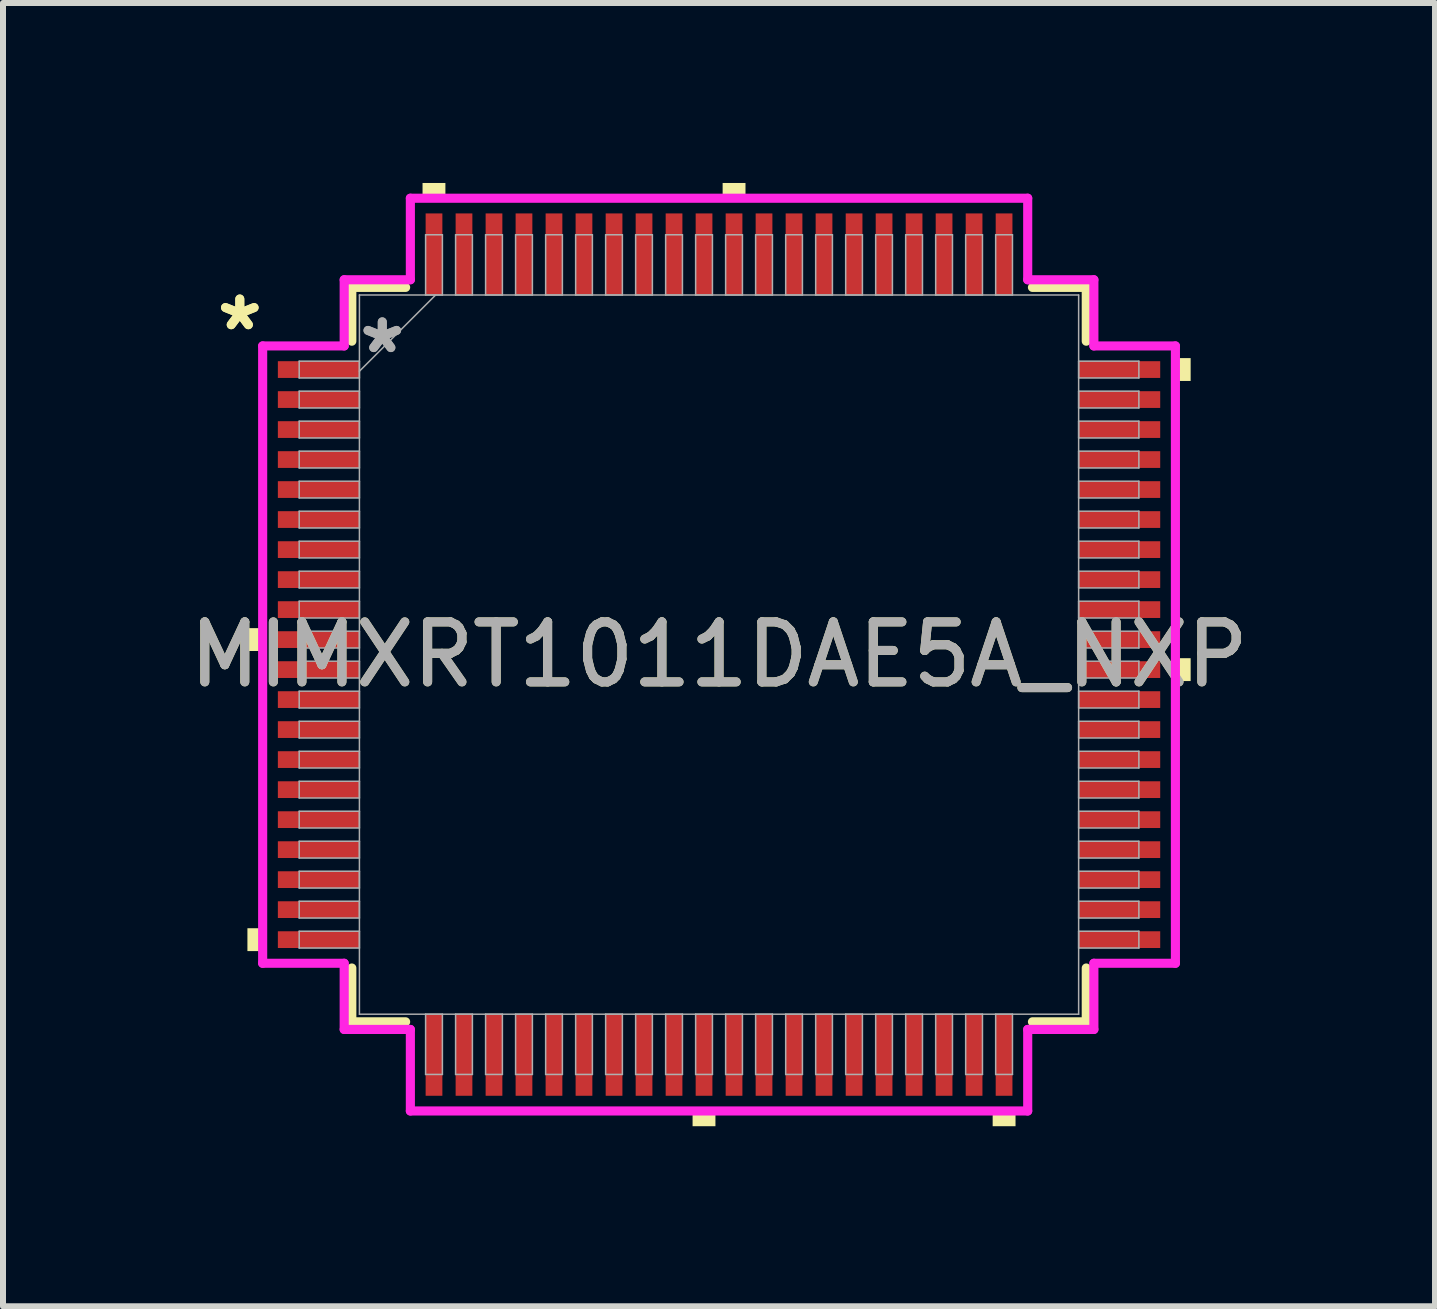
<source format=kicad_pcb>
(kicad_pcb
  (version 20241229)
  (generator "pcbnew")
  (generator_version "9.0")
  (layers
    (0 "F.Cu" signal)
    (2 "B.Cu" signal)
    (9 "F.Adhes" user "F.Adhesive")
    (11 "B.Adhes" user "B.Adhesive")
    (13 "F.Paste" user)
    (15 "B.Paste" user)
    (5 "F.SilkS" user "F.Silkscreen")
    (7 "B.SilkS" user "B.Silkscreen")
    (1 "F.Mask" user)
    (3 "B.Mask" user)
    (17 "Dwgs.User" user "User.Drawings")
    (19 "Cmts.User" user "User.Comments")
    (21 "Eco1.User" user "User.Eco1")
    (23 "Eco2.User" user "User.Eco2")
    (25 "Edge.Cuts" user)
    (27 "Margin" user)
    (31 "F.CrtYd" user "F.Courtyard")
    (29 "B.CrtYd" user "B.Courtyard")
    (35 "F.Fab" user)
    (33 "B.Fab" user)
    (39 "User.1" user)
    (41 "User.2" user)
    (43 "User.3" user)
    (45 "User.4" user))
  (footprint "MIMXRT1011DAE5A_NXP"
    (layer "F.Cu")
    (at 8.935 7.861)
    (property "Reference" "MIMXRT1011DAE5A_NXP" (at 0 0 0) (unlocked yes) (layer "F.SilkS") (effects (font (size 1 1) (thickness 0.15))))
    (attr smd)
    (fp_line (start -6.121 -6.121) (end -6.121 -5.224) (stroke (width 0.152) (type solid)) (layer "F.SilkS"))
    (fp_line (start -6.121 5.224) (end -6.121 6.121) (stroke (width 0.152) (type solid)) (layer "F.SilkS"))
    (fp_line (start -6.121 6.121) (end -5.224 6.121) (stroke (width 0.152) (type solid)) (layer "F.SilkS"))
    (fp_line (start -5.224 -6.121) (end -6.121 -6.121) (stroke (width 0.152) (type solid)) (layer "F.SilkS"))
    (fp_line (start 5.224 6.121) (end 6.121 6.121) (stroke (width 0.152) (type solid)) (layer "F.SilkS"))
    (fp_line (start 6.121 -6.121) (end 5.224 -6.121) (stroke (width 0.152) (type solid)) (layer "F.SilkS"))
    (fp_line (start 6.121 -5.224) (end 6.121 -6.121) (stroke (width 0.152) (type solid)) (layer "F.SilkS"))
    (fp_line (start 6.121 6.121) (end 6.121 5.224) (stroke (width 0.152) (type solid)) (layer "F.SilkS"))
    (fp_poly (pts (xy -7.861 -0.441) (xy -7.861 -0.06) (xy -7.607 -0.06) (xy -7.607 -0.441)) (stroke (width 0) (type solid)) (fill yes) (layer "F.SilkS"))
    (fp_poly (pts (xy -7.861 4.561) (xy -7.861 4.942) (xy -7.607 4.942) (xy -7.607 4.561)) (stroke (width 0) (type solid)) (fill yes) (layer "F.SilkS"))
    (fp_poly (pts (xy -4.942 -7.607) (xy -4.942 -7.861) (xy -4.561 -7.861) (xy -4.561 -7.607)) (stroke (width 0) (type solid)) (fill yes) (layer "F.SilkS"))
    (fp_poly (pts (xy -0.441 7.607) (xy -0.441 7.861) (xy -0.06 7.861) (xy -0.06 7.607)) (stroke (width 0) (type solid)) (fill yes) (layer "F.SilkS"))
    (fp_poly (pts (xy 0.06 -7.607) (xy 0.06 -7.861) (xy 0.441 -7.861) (xy 0.441 -7.607)) (stroke (width 0) (type solid)) (fill yes) (layer "F.SilkS"))
    (fp_poly (pts (xy 4.561 7.607) (xy 4.561 7.861) (xy 4.942 7.861) (xy 4.942 7.607)) (stroke (width 0) (type solid)) (fill yes) (layer "F.SilkS"))
    (fp_poly (pts (xy 7.861 -4.942) (xy 7.861 -4.561) (xy 7.607 -4.561) (xy 7.607 -4.942)) (stroke (width 0) (type solid)) (fill yes) (layer "F.SilkS"))
    (fp_poly (pts (xy 7.861 0.06) (xy 7.861 0.441) (xy 7.607 0.441) (xy 7.607 0.06)) (stroke (width 0) (type solid)) (fill yes) (layer "F.SilkS"))
    (fp_line (start -7.607 -5.145) (end -6.248 -5.145) (stroke (width 0.152) (type solid)) (layer "F.CrtYd"))
    (fp_line (start -7.607 5.145) (end -7.607 -5.145) (stroke (width 0.152) (type solid)) (layer "F.CrtYd"))
    (fp_line (start -6.248 -6.248) (end -5.145 -6.248) (stroke (width 0.152) (type solid)) (layer "F.CrtYd"))
    (fp_line (start -6.248 -5.145) (end -6.248 -6.248) (stroke (width 0.152) (type solid)) (layer "F.CrtYd"))
    (fp_line (start -6.248 5.145) (end -7.607 5.145) (stroke (width 0.152) (type solid)) (layer "F.CrtYd"))
    (fp_line (start -6.248 6.248) (end -6.248 5.145) (stroke (width 0.152) (type solid)) (layer "F.CrtYd"))
    (fp_line (start -6.248 6.248) (end -5.145 6.248) (stroke (width 0.152) (type solid)) (layer "F.CrtYd"))
    (fp_line (start -5.145 -7.607) (end 5.145 -7.607) (stroke (width 0.152) (type solid)) (layer "F.CrtYd"))
    (fp_line (start -5.145 -6.248) (end -5.145 -7.607) (stroke (width 0.152) (type solid)) (layer "F.CrtYd"))
    (fp_line (start -5.145 6.248) (end -5.145 7.607) (stroke (width 0.152) (type solid)) (layer "F.CrtYd"))
    (fp_line (start -5.145 7.607) (end 5.145 7.607) (stroke (width 0.152) (type solid)) (layer "F.CrtYd"))
    (fp_line (start 5.145 -7.607) (end 5.145 -6.248) (stroke (width 0.152) (type solid)) (layer "F.CrtYd"))
    (fp_line (start 5.145 -6.248) (end 6.248 -6.248) (stroke (width 0.152) (type solid)) (layer "F.CrtYd"))
    (fp_line (start 5.145 6.248) (end 6.248 6.248) (stroke (width 0.152) (type solid)) (layer "F.CrtYd"))
    (fp_line (start 5.145 7.607) (end 5.145 6.248) (stroke (width 0.152) (type solid)) (layer "F.CrtYd"))
    (fp_line (start 6.248 -5.145) (end 6.248 -6.248) (stroke (width 0.152) (type solid)) (layer "F.CrtYd"))
    (fp_line (start 6.248 5.145) (end 7.607 5.145) (stroke (width 0.152) (type solid)) (layer "F.CrtYd"))
    (fp_line (start 6.248 6.248) (end 6.248 5.145) (stroke (width 0.152) (type solid)) (layer "F.CrtYd"))
    (fp_line (start 7.607 -5.145) (end 6.248 -5.145) (stroke (width 0.152) (type solid)) (layer "F.CrtYd"))
    (fp_line (start 7.607 5.145) (end 7.607 -5.145) (stroke (width 0.152) (type solid)) (layer "F.CrtYd"))
    (fp_line (start -6.998 -4.891) (end -6.998 -4.611) (stroke (width 0.025) (type solid)) (layer "F.Fab"))
    (fp_line (start -6.998 -4.611) (end -5.994 -4.611) (stroke (width 0.025) (type solid)) (layer "F.Fab"))
    (fp_line (start -6.998 -4.391) (end -6.998 -4.111) (stroke (width 0.025) (type solid)) (layer "F.Fab"))
    (fp_line (start -6.998 -4.111) (end -5.994 -4.111) (stroke (width 0.025) (type solid)) (layer "F.Fab"))
    (fp_line (start -6.998 -3.891) (end -6.998 -3.611) (stroke (width 0.025) (type solid)) (layer "F.Fab"))
    (fp_line (start -6.998 -3.611) (end -5.994 -3.611) (stroke (width 0.025) (type solid)) (layer "F.Fab"))
    (fp_line (start -6.998 -3.391) (end -6.998 -3.111) (stroke (width 0.025) (type solid)) (layer "F.Fab"))
    (fp_line (start -6.998 -3.111) (end -5.994 -3.111) (stroke (width 0.025) (type solid)) (layer "F.Fab"))
    (fp_line (start -6.998 -2.89) (end -6.998 -2.611) (stroke (width 0.025) (type solid)) (layer "F.Fab"))
    (fp_line (start -6.998 -2.611) (end -5.994 -2.611) (stroke (width 0.025) (type solid)) (layer "F.Fab"))
    (fp_line (start -6.998 -2.39) (end -6.998 -2.111) (stroke (width 0.025) (type solid)) (layer "F.Fab"))
    (fp_line (start -6.998 -2.111) (end -5.994 -2.111) (stroke (width 0.025) (type solid)) (layer "F.Fab"))
    (fp_line (start -6.998 -1.89) (end -6.998 -1.611) (stroke (width 0.025) (type solid)) (layer "F.Fab"))
    (fp_line (start -6.998 -1.611) (end -5.994 -1.611) (stroke (width 0.025) (type solid)) (layer "F.Fab"))
    (fp_line (start -6.998 -1.39) (end -6.998 -1.111) (stroke (width 0.025) (type solid)) (layer "F.Fab"))
    (fp_line (start -6.998 -1.111) (end -5.994 -1.111) (stroke (width 0.025) (type solid)) (layer "F.Fab"))
    (fp_line (start -6.998 -0.89) (end -6.998 -0.61) (stroke (width 0.025) (type solid)) (layer "F.Fab"))
    (fp_line (start -6.998 -0.61) (end -5.994 -0.61) (stroke (width 0.025) (type solid)) (layer "F.Fab"))
    (fp_line (start -6.998 -0.39) (end -6.998 -0.11) (stroke (width 0.025) (type solid)) (layer "F.Fab"))
    (fp_line (start -6.998 -0.11) (end -5.994 -0.11) (stroke (width 0.025) (type solid)) (layer "F.Fab"))
    (fp_line (start -6.998 0.11) (end -6.998 0.39) (stroke (width 0.025) (type solid)) (layer "F.Fab"))
    (fp_line (start -6.998 0.39) (end -5.994 0.39) (stroke (width 0.025) (type solid)) (layer "F.Fab"))
    (fp_line (start -6.998 0.61) (end -6.998 0.89) (stroke (width 0.025) (type solid)) (layer "F.Fab"))
    (fp_line (start -6.998 0.89) (end -5.994 0.89) (stroke (width 0.025) (type solid)) (layer "F.Fab"))
    (fp_line (start -6.998 1.111) (end -6.998 1.39) (stroke (width 0.025) (type solid)) (layer "F.Fab"))
    (fp_line (start -6.998 1.39) (end -5.994 1.39) (stroke (width 0.025) (type solid)) (layer "F.Fab"))
    (fp_line (start -6.998 1.611) (end -6.998 1.89) (stroke (width 0.025) (type solid)) (layer "F.Fab"))
    (fp_line (start -6.998 1.89) (end -5.994 1.89) (stroke (width 0.025) (type solid)) (layer "F.Fab"))
    (fp_line (start -6.998 2.111) (end -6.998 2.39) (stroke (width 0.025) (type solid)) (layer "F.Fab"))
    (fp_line (start -6.998 2.39) (end -5.994 2.39) (stroke (width 0.025) (type solid)) (layer "F.Fab"))
    (fp_line (start -6.998 2.611) (end -6.998 2.89) (stroke (width 0.025) (type solid)) (layer "F.Fab"))
    (fp_line (start -6.998 2.89) (end -5.994 2.89) (stroke (width 0.025) (type solid)) (layer "F.Fab"))
    (fp_line (start -6.998 3.111) (end -6.998 3.391) (stroke (width 0.025) (type solid)) (layer "F.Fab"))
    (fp_line (start -6.998 3.391) (end -5.994 3.391) (stroke (width 0.025) (type solid)) (layer "F.Fab"))
    (fp_line (start -6.998 3.611) (end -6.998 3.891) (stroke (width 0.025) (type solid)) (layer "F.Fab"))
    (fp_line (start -6.998 3.891) (end -5.994 3.891) (stroke (width 0.025) (type solid)) (layer "F.Fab"))
    (fp_line (start -6.998 4.111) (end -6.998 4.391) (stroke (width 0.025) (type solid)) (layer "F.Fab"))
    (fp_line (start -6.998 4.391) (end -5.994 4.391) (stroke (width 0.025) (type solid)) (layer "F.Fab"))
    (fp_line (start -6.998 4.611) (end -6.998 4.891) (stroke (width 0.025) (type solid)) (layer "F.Fab"))
    (fp_line (start -6.998 4.891) (end -5.994 4.891) (stroke (width 0.025) (type solid)) (layer "F.Fab"))
    (fp_line (start -5.994 -5.994) (end -5.994 5.994) (stroke (width 0.025) (type solid)) (layer "F.Fab"))
    (fp_line (start -5.994 -4.891) (end -6.998 -4.891) (stroke (width 0.025) (type solid)) (layer "F.Fab"))
    (fp_line (start -5.994 -4.724) (end -4.724 -5.994) (stroke (width 0.025) (type solid)) (layer "F.Fab"))
    (fp_line (start -5.994 -4.611) (end -5.994 -4.891) (stroke (width 0.025) (type solid)) (layer "F.Fab"))
    (fp_line (start -5.994 -4.391) (end -6.998 -4.391) (stroke (width 0.025) (type solid)) (layer "F.Fab"))
    (fp_line (start -5.994 -4.111) (end -5.994 -4.391) (stroke (width 0.025) (type solid)) (layer "F.Fab"))
    (fp_line (start -5.994 -3.891) (end -6.998 -3.891) (stroke (width 0.025) (type solid)) (layer "F.Fab"))
    (fp_line (start -5.994 -3.611) (end -5.994 -3.891) (stroke (width 0.025) (type solid)) (layer "F.Fab"))
    (fp_line (start -5.994 -3.391) (end -6.998 -3.391) (stroke (width 0.025) (type solid)) (layer "F.Fab"))
    (fp_line (start -5.994 -3.111) (end -5.994 -3.391) (stroke (width 0.025) (type solid)) (layer "F.Fab"))
    (fp_line (start -5.994 -2.89) (end -6.998 -2.89) (stroke (width 0.025) (type solid)) (layer "F.Fab"))
    (fp_line (start -5.994 -2.611) (end -5.994 -2.89) (stroke (width 0.025) (type solid)) (layer "F.Fab"))
    (fp_line (start -5.994 -2.39) (end -6.998 -2.39) (stroke (width 0.025) (type solid)) (layer "F.Fab"))
    (fp_line (start -5.994 -2.111) (end -5.994 -2.39) (stroke (width 0.025) (type solid)) (layer "F.Fab"))
    (fp_line (start -5.994 -1.89) (end -6.998 -1.89) (stroke (width 0.025) (type solid)) (layer "F.Fab"))
    (fp_line (start -5.994 -1.611) (end -5.994 -1.89) (stroke (width 0.025) (type solid)) (layer "F.Fab"))
    (fp_line (start -5.994 -1.39) (end -6.998 -1.39) (stroke (width 0.025) (type solid)) (layer "F.Fab"))
    (fp_line (start -5.994 -1.111) (end -5.994 -1.39) (stroke (width 0.025) (type solid)) (layer "F.Fab"))
    (fp_line (start -5.994 -0.89) (end -6.998 -0.89) (stroke (width 0.025) (type solid)) (layer "F.Fab"))
    (fp_line (start -5.994 -0.61) (end -5.994 -0.89) (stroke (width 0.025) (type solid)) (layer "F.Fab"))
    (fp_line (start -5.994 -0.39) (end -6.998 -0.39) (stroke (width 0.025) (type solid)) (layer "F.Fab"))
    (fp_line (start -5.994 -0.11) (end -5.994 -0.39) (stroke (width 0.025) (type solid)) (layer "F.Fab"))
    (fp_line (start -5.994 0.11) (end -6.998 0.11) (stroke (width 0.025) (type solid)) (layer "F.Fab"))
    (fp_line (start -5.994 0.39) (end -5.994 0.11) (stroke (width 0.025) (type solid)) (layer "F.Fab"))
    (fp_line (start -5.994 0.61) (end -6.998 0.61) (stroke (width 0.025) (type solid)) (layer "F.Fab"))
    (fp_line (start -5.994 0.89) (end -5.994 0.61) (stroke (width 0.025) (type solid)) (layer "F.Fab"))
    (fp_line (start -5.994 1.111) (end -6.998 1.111) (stroke (width 0.025) (type solid)) (layer "F.Fab"))
    (fp_line (start -5.994 1.39) (end -5.994 1.111) (stroke (width 0.025) (type solid)) (layer "F.Fab"))
    (fp_line (start -5.994 1.611) (end -6.998 1.611) (stroke (width 0.025) (type solid)) (layer "F.Fab"))
    (fp_line (start -5.994 1.89) (end -5.994 1.611) (stroke (width 0.025) (type solid)) (layer "F.Fab"))
    (fp_line (start -5.994 2.111) (end -6.998 2.111) (stroke (width 0.025) (type solid)) (layer "F.Fab"))
    (fp_line (start -5.994 2.39) (end -5.994 2.111) (stroke (width 0.025) (type solid)) (layer "F.Fab"))
    (fp_line (start -5.994 2.611) (end -6.998 2.611) (stroke (width 0.025) (type solid)) (layer "F.Fab"))
    (fp_line (start -5.994 2.89) (end -5.994 2.611) (stroke (width 0.025) (type solid)) (layer "F.Fab"))
    (fp_line (start -5.994 3.111) (end -6.998 3.111) (stroke (width 0.025) (type solid)) (layer "F.Fab"))
    (fp_line (start -5.994 3.391) (end -5.994 3.111) (stroke (width 0.025) (type solid)) (layer "F.Fab"))
    (fp_line (start -5.994 3.611) (end -6.998 3.611) (stroke (width 0.025) (type solid)) (layer "F.Fab"))
    (fp_line (start -5.994 3.891) (end -5.994 3.611) (stroke (width 0.025) (type solid)) (layer "F.Fab"))
    (fp_line (start -5.994 4.111) (end -6.998 4.111) (stroke (width 0.025) (type solid)) (layer "F.Fab"))
    (fp_line (start -5.994 4.391) (end -5.994 4.111) (stroke (width 0.025) (type solid)) (layer "F.Fab"))
    (fp_line (start -5.994 4.611) (end -6.998 4.611) (stroke (width 0.025) (type solid)) (layer "F.Fab"))
    (fp_line (start -5.994 4.891) (end -5.994 4.611) (stroke (width 0.025) (type solid)) (layer "F.Fab"))
    (fp_line (start -5.994 5.994) (end 5.994 5.994) (stroke (width 0.025) (type solid)) (layer "F.Fab"))
    (fp_line (start -4.891 -6.998) (end -4.891 -5.994) (stroke (width 0.025) (type solid)) (layer "F.Fab"))
    (fp_line (start -4.891 -5.994) (end -4.611 -5.994) (stroke (width 0.025) (type solid)) (layer "F.Fab"))
    (fp_line (start -4.891 5.994) (end -4.891 6.998) (stroke (width 0.025) (type solid)) (layer "F.Fab"))
    (fp_line (start -4.891 6.998) (end -4.611 6.998) (stroke (width 0.025) (type solid)) (layer "F.Fab"))
    (fp_line (start -4.611 -6.998) (end -4.891 -6.998) (stroke (width 0.025) (type solid)) (layer "F.Fab"))
    (fp_line (start -4.611 -5.994) (end -4.611 -6.998) (stroke (width 0.025) (type solid)) (layer "F.Fab"))
    (fp_line (start -4.611 5.994) (end -4.891 5.994) (stroke (width 0.025) (type solid)) (layer "F.Fab"))
    (fp_line (start -4.611 6.998) (end -4.611 5.994) (stroke (width 0.025) (type solid)) (layer "F.Fab"))
    (fp_line (start -4.391 -6.998) (end -4.391 -5.994) (stroke (width 0.025) (type solid)) (layer "F.Fab"))
    (fp_line (start -4.391 -5.994) (end -4.111 -5.994) (stroke (width 0.025) (type solid)) (layer "F.Fab"))
    (fp_line (start -4.391 5.994) (end -4.391 6.998) (stroke (width 0.025) (type solid)) (layer "F.Fab"))
    (fp_line (start -4.391 6.998) (end -4.111 6.998) (stroke (width 0.025) (type solid)) (layer "F.Fab"))
    (fp_line (start -4.111 -6.998) (end -4.391 -6.998) (stroke (width 0.025) (type solid)) (layer "F.Fab"))
    (fp_line (start -4.111 -5.994) (end -4.111 -6.998) (stroke (width 0.025) (type solid)) (layer "F.Fab"))
    (fp_line (start -4.111 5.994) (end -4.391 5.994) (stroke (width 0.025) (type solid)) (layer "F.Fab"))
    (fp_line (start -4.111 6.998) (end -4.111 5.994) (stroke (width 0.025) (type solid)) (layer "F.Fab"))
    (fp_line (start -3.891 -6.998) (end -3.891 -5.994) (stroke (width 0.025) (type solid)) (layer "F.Fab"))
    (fp_line (start -3.891 -5.994) (end -3.611 -5.994) (stroke (width 0.025) (type solid)) (layer "F.Fab"))
    (fp_line (start -3.891 5.994) (end -3.891 6.998) (stroke (width 0.025) (type solid)) (layer "F.Fab"))
    (fp_line (start -3.891 6.998) (end -3.611 6.998) (stroke (width 0.025) (type solid)) (layer "F.Fab"))
    (fp_line (start -3.611 -6.998) (end -3.891 -6.998) (stroke (width 0.025) (type solid)) (layer "F.Fab"))
    (fp_line (start -3.611 -5.994) (end -3.611 -6.998) (stroke (width 0.025) (type solid)) (layer "F.Fab"))
    (fp_line (start -3.611 5.994) (end -3.891 5.994) (stroke (width 0.025) (type solid)) (layer "F.Fab"))
    (fp_line (start -3.611 6.998) (end -3.611 5.994) (stroke (width 0.025) (type solid)) (layer "F.Fab"))
    (fp_line (start -3.391 -6.998) (end -3.391 -5.994) (stroke (width 0.025) (type solid)) (layer "F.Fab"))
    (fp_line (start -3.391 -5.994) (end -3.111 -5.994) (stroke (width 0.025) (type solid)) (layer "F.Fab"))
    (fp_line (start -3.391 5.994) (end -3.391 6.998) (stroke (width 0.025) (type solid)) (layer "F.Fab"))
    (fp_line (start -3.391 6.998) (end -3.111 6.998) (stroke (width 0.025) (type solid)) (layer "F.Fab"))
    (fp_line (start -3.111 -6.998) (end -3.391 -6.998) (stroke (width 0.025) (type solid)) (layer "F.Fab"))
    (fp_line (start -3.111 -5.994) (end -3.111 -6.998) (stroke (width 0.025) (type solid)) (layer "F.Fab"))
    (fp_line (start -3.111 5.994) (end -3.391 5.994) (stroke (width 0.025) (type solid)) (layer "F.Fab"))
    (fp_line (start -3.111 6.998) (end -3.111 5.994) (stroke (width 0.025) (type solid)) (layer "F.Fab"))
    (fp_line (start -2.89 -6.998) (end -2.89 -5.994) (stroke (width 0.025) (type solid)) (layer "F.Fab"))
    (fp_line (start -2.89 -5.994) (end -2.611 -5.994) (stroke (width 0.025) (type solid)) (layer "F.Fab"))
    (fp_line (start -2.89 5.994) (end -2.89 6.998) (stroke (width 0.025) (type solid)) (layer "F.Fab"))
    (fp_line (start -2.89 6.998) (end -2.611 6.998) (stroke (width 0.025) (type solid)) (layer "F.Fab"))
    (fp_line (start -2.611 -6.998) (end -2.89 -6.998) (stroke (width 0.025) (type solid)) (layer "F.Fab"))
    (fp_line (start -2.611 -5.994) (end -2.611 -6.998) (stroke (width 0.025) (type solid)) (layer "F.Fab"))
    (fp_line (start -2.611 5.994) (end -2.89 5.994) (stroke (width 0.025) (type solid)) (layer "F.Fab"))
    (fp_line (start -2.611 6.998) (end -2.611 5.994) (stroke (width 0.025) (type solid)) (layer "F.Fab"))
    (fp_line (start -2.39 -6.998) (end -2.39 -5.994) (stroke (width 0.025) (type solid)) (layer "F.Fab"))
    (fp_line (start -2.39 -5.994) (end -2.111 -5.994) (stroke (width 0.025) (type solid)) (layer "F.Fab"))
    (fp_line (start -2.39 5.994) (end -2.39 6.998) (stroke (width 0.025) (type solid)) (layer "F.Fab"))
    (fp_line (start -2.39 6.998) (end -2.111 6.998) (stroke (width 0.025) (type solid)) (layer "F.Fab"))
    (fp_line (start -2.111 -6.998) (end -2.39 -6.998) (stroke (width 0.025) (type solid)) (layer "F.Fab"))
    (fp_line (start -2.111 -5.994) (end -2.111 -6.998) (stroke (width 0.025) (type solid)) (layer "F.Fab"))
    (fp_line (start -2.111 5.994) (end -2.39 5.994) (stroke (width 0.025) (type solid)) (layer "F.Fab"))
    (fp_line (start -2.111 6.998) (end -2.111 5.994) (stroke (width 0.025) (type solid)) (layer "F.Fab"))
    (fp_line (start -1.89 -6.998) (end -1.89 -5.994) (stroke (width 0.025) (type solid)) (layer "F.Fab"))
    (fp_line (start -1.89 -5.994) (end -1.611 -5.994) (stroke (width 0.025) (type solid)) (layer "F.Fab"))
    (fp_line (start -1.89 5.994) (end -1.89 6.998) (stroke (width 0.025) (type solid)) (layer "F.Fab"))
    (fp_line (start -1.89 6.998) (end -1.611 6.998) (stroke (width 0.025) (type solid)) (layer "F.Fab"))
    (fp_line (start -1.611 -6.998) (end -1.89 -6.998) (stroke (width 0.025) (type solid)) (layer "F.Fab"))
    (fp_line (start -1.611 -5.994) (end -1.611 -6.998) (stroke (width 0.025) (type solid)) (layer "F.Fab"))
    (fp_line (start -1.611 5.994) (end -1.89 5.994) (stroke (width 0.025) (type solid)) (layer "F.Fab"))
    (fp_line (start -1.611 6.998) (end -1.611 5.994) (stroke (width 0.025) (type solid)) (layer "F.Fab"))
    (fp_line (start -1.39 -6.998) (end -1.39 -5.994) (stroke (width 0.025) (type solid)) (layer "F.Fab"))
    (fp_line (start -1.39 -5.994) (end -1.111 -5.994) (stroke (width 0.025) (type solid)) (layer "F.Fab"))
    (fp_line (start -1.39 5.994) (end -1.39 6.998) (stroke (width 0.025) (type solid)) (layer "F.Fab"))
    (fp_line (start -1.39 6.998) (end -1.111 6.998) (stroke (width 0.025) (type solid)) (layer "F.Fab"))
    (fp_line (start -1.111 -6.998) (end -1.39 -6.998) (stroke (width 0.025) (type solid)) (layer "F.Fab"))
    (fp_line (start -1.111 -5.994) (end -1.111 -6.998) (stroke (width 0.025) (type solid)) (layer "F.Fab"))
    (fp_line (start -1.111 5.994) (end -1.39 5.994) (stroke (width 0.025) (type solid)) (layer "F.Fab"))
    (fp_line (start -1.111 6.998) (end -1.111 5.994) (stroke (width 0.025) (type solid)) (layer "F.Fab"))
    (fp_line (start -0.89 -6.998) (end -0.89 -5.994) (stroke (width 0.025) (type solid)) (layer "F.Fab"))
    (fp_line (start -0.89 -5.994) (end -0.61 -5.994) (stroke (width 0.025) (type solid)) (layer "F.Fab"))
    (fp_line (start -0.89 5.994) (end -0.89 6.998) (stroke (width 0.025) (type solid)) (layer "F.Fab"))
    (fp_line (start -0.89 6.998) (end -0.61 6.998) (stroke (width 0.025) (type solid)) (layer "F.Fab"))
    (fp_line (start -0.61 -6.998) (end -0.89 -6.998) (stroke (width 0.025) (type solid)) (layer "F.Fab"))
    (fp_line (start -0.61 -5.994) (end -0.61 -6.998) (stroke (width 0.025) (type solid)) (layer "F.Fab"))
    (fp_line (start -0.61 5.994) (end -0.89 5.994) (stroke (width 0.025) (type solid)) (layer "F.Fab"))
    (fp_line (start -0.61 6.998) (end -0.61 5.994) (stroke (width 0.025) (type solid)) (layer "F.Fab"))
    (fp_line (start -0.39 -6.998) (end -0.39 -5.994) (stroke (width 0.025) (type solid)) (layer "F.Fab"))
    (fp_line (start -0.39 -5.994) (end -0.11 -5.994) (stroke (width 0.025) (type solid)) (layer "F.Fab"))
    (fp_line (start -0.39 5.994) (end -0.39 6.998) (stroke (width 0.025) (type solid)) (layer "F.Fab"))
    (fp_line (start -0.39 6.998) (end -0.11 6.998) (stroke (width 0.025) (type solid)) (layer "F.Fab"))
    (fp_line (start -0.11 -6.998) (end -0.39 -6.998) (stroke (width 0.025) (type solid)) (layer "F.Fab"))
    (fp_line (start -0.11 -5.994) (end -0.11 -6.998) (stroke (width 0.025) (type solid)) (layer "F.Fab"))
    (fp_line (start -0.11 5.994) (end -0.39 5.994) (stroke (width 0.025) (type solid)) (layer "F.Fab"))
    (fp_line (start -0.11 6.998) (end -0.11 5.994) (stroke (width 0.025) (type solid)) (layer "F.Fab"))
    (fp_line (start 0.11 -6.998) (end 0.11 -5.994) (stroke (width 0.025) (type solid)) (layer "F.Fab"))
    (fp_line (start 0.11 -5.994) (end 0.39 -5.994) (stroke (width 0.025) (type solid)) (layer "F.Fab"))
    (fp_line (start 0.11 5.994) (end 0.11 6.998) (stroke (width 0.025) (type solid)) (layer "F.Fab"))
    (fp_line (start 0.11 6.998) (end 0.39 6.998) (stroke (width 0.025) (type solid)) (layer "F.Fab"))
    (fp_line (start 0.39 -6.998) (end 0.11 -6.998) (stroke (width 0.025) (type solid)) (layer "F.Fab"))
    (fp_line (start 0.39 -5.994) (end 0.39 -6.998) (stroke (width 0.025) (type solid)) (layer "F.Fab"))
    (fp_line (start 0.39 5.994) (end 0.11 5.994) (stroke (width 0.025) (type solid)) (layer "F.Fab"))
    (fp_line (start 0.39 6.998) (end 0.39 5.994) (stroke (width 0.025) (type solid)) (layer "F.Fab"))
    (fp_line (start 0.61 -6.998) (end 0.61 -5.994) (stroke (width 0.025) (type solid)) (layer "F.Fab"))
    (fp_line (start 0.61 -5.994) (end 0.89 -5.994) (stroke (width 0.025) (type solid)) (layer "F.Fab"))
    (fp_line (start 0.61 5.994) (end 0.61 6.998) (stroke (width 0.025) (type solid)) (layer "F.Fab"))
    (fp_line (start 0.61 6.998) (end 0.89 6.998) (stroke (width 0.025) (type solid)) (layer "F.Fab"))
    (fp_line (start 0.89 -6.998) (end 0.61 -6.998) (stroke (width 0.025) (type solid)) (layer "F.Fab"))
    (fp_line (start 0.89 -5.994) (end 0.89 -6.998) (stroke (width 0.025) (type solid)) (layer "F.Fab"))
    (fp_line (start 0.89 5.994) (end 0.61 5.994) (stroke (width 0.025) (type solid)) (layer "F.Fab"))
    (fp_line (start 0.89 6.998) (end 0.89 5.994) (stroke (width 0.025) (type solid)) (layer "F.Fab"))
    (fp_line (start 1.111 -6.998) (end 1.111 -5.994) (stroke (width 0.025) (type solid)) (layer "F.Fab"))
    (fp_line (start 1.111 -5.994) (end 1.39 -5.994) (stroke (width 0.025) (type solid)) (layer "F.Fab"))
    (fp_line (start 1.111 5.994) (end 1.111 6.998) (stroke (width 0.025) (type solid)) (layer "F.Fab"))
    (fp_line (start 1.111 6.998) (end 1.39 6.998) (stroke (width 0.025) (type solid)) (layer "F.Fab"))
    (fp_line (start 1.39 -6.998) (end 1.111 -6.998) (stroke (width 0.025) (type solid)) (layer "F.Fab"))
    (fp_line (start 1.39 -5.994) (end 1.39 -6.998) (stroke (width 0.025) (type solid)) (layer "F.Fab"))
    (fp_line (start 1.39 5.994) (end 1.111 5.994) (stroke (width 0.025) (type solid)) (layer "F.Fab"))
    (fp_line (start 1.39 6.998) (end 1.39 5.994) (stroke (width 0.025) (type solid)) (layer "F.Fab"))
    (fp_line (start 1.611 -6.998) (end 1.611 -5.994) (stroke (width 0.025) (type solid)) (layer "F.Fab"))
    (fp_line (start 1.611 -5.994) (end 1.89 -5.994) (stroke (width 0.025) (type solid)) (layer "F.Fab"))
    (fp_line (start 1.611 5.994) (end 1.611 6.998) (stroke (width 0.025) (type solid)) (layer "F.Fab"))
    (fp_line (start 1.611 6.998) (end 1.89 6.998) (stroke (width 0.025) (type solid)) (layer "F.Fab"))
    (fp_line (start 1.89 -6.998) (end 1.611 -6.998) (stroke (width 0.025) (type solid)) (layer "F.Fab"))
    (fp_line (start 1.89 -5.994) (end 1.89 -6.998) (stroke (width 0.025) (type solid)) (layer "F.Fab"))
    (fp_line (start 1.89 5.994) (end 1.611 5.994) (stroke (width 0.025) (type solid)) (layer "F.Fab"))
    (fp_line (start 1.89 6.998) (end 1.89 5.994) (stroke (width 0.025) (type solid)) (layer "F.Fab"))
    (fp_line (start 2.111 -6.998) (end 2.111 -5.994) (stroke (width 0.025) (type solid)) (layer "F.Fab"))
    (fp_line (start 2.111 -5.994) (end 2.39 -5.994) (stroke (width 0.025) (type solid)) (layer "F.Fab"))
    (fp_line (start 2.111 5.994) (end 2.111 6.998) (stroke (width 0.025) (type solid)) (layer "F.Fab"))
    (fp_line (start 2.111 6.998) (end 2.39 6.998) (stroke (width 0.025) (type solid)) (layer "F.Fab"))
    (fp_line (start 2.39 -6.998) (end 2.111 -6.998) (stroke (width 0.025) (type solid)) (layer "F.Fab"))
    (fp_line (start 2.39 -5.994) (end 2.39 -6.998) (stroke (width 0.025) (type solid)) (layer "F.Fab"))
    (fp_line (start 2.39 5.994) (end 2.111 5.994) (stroke (width 0.025) (type solid)) (layer "F.Fab"))
    (fp_line (start 2.39 6.998) (end 2.39 5.994) (stroke (width 0.025) (type solid)) (layer "F.Fab"))
    (fp_line (start 2.611 -6.998) (end 2.611 -5.994) (stroke (width 0.025) (type solid)) (layer "F.Fab"))
    (fp_line (start 2.611 -5.994) (end 2.89 -5.994) (stroke (width 0.025) (type solid)) (layer "F.Fab"))
    (fp_line (start 2.611 5.994) (end 2.611 6.998) (stroke (width 0.025) (type solid)) (layer "F.Fab"))
    (fp_line (start 2.611 6.998) (end 2.89 6.998) (stroke (width 0.025) (type solid)) (layer "F.Fab"))
    (fp_line (start 2.89 -6.998) (end 2.611 -6.998) (stroke (width 0.025) (type solid)) (layer "F.Fab"))
    (fp_line (start 2.89 -5.994) (end 2.89 -6.998) (stroke (width 0.025) (type solid)) (layer "F.Fab"))
    (fp_line (start 2.89 5.994) (end 2.611 5.994) (stroke (width 0.025) (type solid)) (layer "F.Fab"))
    (fp_line (start 2.89 6.998) (end 2.89 5.994) (stroke (width 0.025) (type solid)) (layer "F.Fab"))
    (fp_line (start 3.111 -6.998) (end 3.111 -5.994) (stroke (width 0.025) (type solid)) (layer "F.Fab"))
    (fp_line (start 3.111 -5.994) (end 3.391 -5.994) (stroke (width 0.025) (type solid)) (layer "F.Fab"))
    (fp_line (start 3.111 5.994) (end 3.111 6.998) (stroke (width 0.025) (type solid)) (layer "F.Fab"))
    (fp_line (start 3.111 6.998) (end 3.391 6.998) (stroke (width 0.025) (type solid)) (layer "F.Fab"))
    (fp_line (start 3.391 -6.998) (end 3.111 -6.998) (stroke (width 0.025) (type solid)) (layer "F.Fab"))
    (fp_line (start 3.391 -5.994) (end 3.391 -6.998) (stroke (width 0.025) (type solid)) (layer "F.Fab"))
    (fp_line (start 3.391 5.994) (end 3.111 5.994) (stroke (width 0.025) (type solid)) (layer "F.Fab"))
    (fp_line (start 3.391 6.998) (end 3.391 5.994) (stroke (width 0.025) (type solid)) (layer "F.Fab"))
    (fp_line (start 3.611 -6.998) (end 3.611 -5.994) (stroke (width 0.025) (type solid)) (layer "F.Fab"))
    (fp_line (start 3.611 -5.994) (end 3.891 -5.994) (stroke (width 0.025) (type solid)) (layer "F.Fab"))
    (fp_line (start 3.611 5.994) (end 3.611 6.998) (stroke (width 0.025) (type solid)) (layer "F.Fab"))
    (fp_line (start 3.611 6.998) (end 3.891 6.998) (stroke (width 0.025) (type solid)) (layer "F.Fab"))
    (fp_line (start 3.891 -6.998) (end 3.611 -6.998) (stroke (width 0.025) (type solid)) (layer "F.Fab"))
    (fp_line (start 3.891 -5.994) (end 3.891 -6.998) (stroke (width 0.025) (type solid)) (layer "F.Fab"))
    (fp_line (start 3.891 5.994) (end 3.611 5.994) (stroke (width 0.025) (type solid)) (layer "F.Fab"))
    (fp_line (start 3.891 6.998) (end 3.891 5.994) (stroke (width 0.025) (type solid)) (layer "F.Fab"))
    (fp_line (start 4.111 -6.998) (end 4.111 -5.994) (stroke (width 0.025) (type solid)) (layer "F.Fab"))
    (fp_line (start 4.111 -5.994) (end 4.391 -5.994) (stroke (width 0.025) (type solid)) (layer "F.Fab"))
    (fp_line (start 4.111 5.994) (end 4.111 6.998) (stroke (width 0.025) (type solid)) (layer "F.Fab"))
    (fp_line (start 4.111 6.998) (end 4.391 6.998) (stroke (width 0.025) (type solid)) (layer "F.Fab"))
    (fp_line (start 4.391 -6.998) (end 4.111 -6.998) (stroke (width 0.025) (type solid)) (layer "F.Fab"))
    (fp_line (start 4.391 -5.994) (end 4.391 -6.998) (stroke (width 0.025) (type solid)) (layer "F.Fab"))
    (fp_line (start 4.391 5.994) (end 4.111 5.994) (stroke (width 0.025) (type solid)) (layer "F.Fab"))
    (fp_line (start 4.391 6.998) (end 4.391 5.994) (stroke (width 0.025) (type solid)) (layer "F.Fab"))
    (fp_line (start 4.611 -6.998) (end 4.611 -5.994) (stroke (width 0.025) (type solid)) (layer "F.Fab"))
    (fp_line (start 4.611 -5.994) (end 4.891 -5.994) (stroke (width 0.025) (type solid)) (layer "F.Fab"))
    (fp_line (start 4.611 5.994) (end 4.611 6.998) (stroke (width 0.025) (type solid)) (layer "F.Fab"))
    (fp_line (start 4.611 6.998) (end 4.891 6.998) (stroke (width 0.025) (type solid)) (layer "F.Fab"))
    (fp_line (start 4.891 -6.998) (end 4.611 -6.998) (stroke (width 0.025) (type solid)) (layer "F.Fab"))
    (fp_line (start 4.891 -5.994) (end 4.891 -6.998) (stroke (width 0.025) (type solid)) (layer "F.Fab"))
    (fp_line (start 4.891 5.994) (end 4.611 5.994) (stroke (width 0.025) (type solid)) (layer "F.Fab"))
    (fp_line (start 4.891 6.998) (end 4.891 5.994) (stroke (width 0.025) (type solid)) (layer "F.Fab"))
    (fp_line (start 5.994 -5.994) (end -5.994 -5.994) (stroke (width 0.025) (type solid)) (layer "F.Fab"))
    (fp_line (start 5.994 -4.891) (end 5.994 -4.611) (stroke (width 0.025) (type solid)) (layer "F.Fab"))
    (fp_line (start 5.994 -4.611) (end 6.998 -4.611) (stroke (width 0.025) (type solid)) (layer "F.Fab"))
    (fp_line (start 5.994 -4.391) (end 5.994 -4.111) (stroke (width 0.025) (type solid)) (layer "F.Fab"))
    (fp_line (start 5.994 -4.111) (end 6.998 -4.111) (stroke (width 0.025) (type solid)) (layer "F.Fab"))
    (fp_line (start 5.994 -3.891) (end 5.994 -3.611) (stroke (width 0.025) (type solid)) (layer "F.Fab"))
    (fp_line (start 5.994 -3.611) (end 6.998 -3.611) (stroke (width 0.025) (type solid)) (layer "F.Fab"))
    (fp_line (start 5.994 -3.391) (end 5.994 -3.111) (stroke (width 0.025) (type solid)) (layer "F.Fab"))
    (fp_line (start 5.994 -3.111) (end 6.998 -3.111) (stroke (width 0.025) (type solid)) (layer "F.Fab"))
    (fp_line (start 5.994 -2.89) (end 5.994 -2.611) (stroke (width 0.025) (type solid)) (layer "F.Fab"))
    (fp_line (start 5.994 -2.611) (end 6.998 -2.611) (stroke (width 0.025) (type solid)) (layer "F.Fab"))
    (fp_line (start 5.994 -2.39) (end 5.994 -2.111) (stroke (width 0.025) (type solid)) (layer "F.Fab"))
    (fp_line (start 5.994 -2.111) (end 6.998 -2.111) (stroke (width 0.025) (type solid)) (layer "F.Fab"))
    (fp_line (start 5.994 -1.89) (end 5.994 -1.611) (stroke (width 0.025) (type solid)) (layer "F.Fab"))
    (fp_line (start 5.994 -1.611) (end 6.998 -1.611) (stroke (width 0.025) (type solid)) (layer "F.Fab"))
    (fp_line (start 5.994 -1.39) (end 5.994 -1.111) (stroke (width 0.025) (type solid)) (layer "F.Fab"))
    (fp_line (start 5.994 -1.111) (end 6.998 -1.111) (stroke (width 0.025) (type solid)) (layer "F.Fab"))
    (fp_line (start 5.994 -0.89) (end 5.994 -0.61) (stroke (width 0.025) (type solid)) (layer "F.Fab"))
    (fp_line (start 5.994 -0.61) (end 6.998 -0.61) (stroke (width 0.025) (type solid)) (layer "F.Fab"))
    (fp_line (start 5.994 -0.39) (end 5.994 -0.11) (stroke (width 0.025) (type solid)) (layer "F.Fab"))
    (fp_line (start 5.994 -0.11) (end 6.998 -0.11) (stroke (width 0.025) (type solid)) (layer "F.Fab"))
    (fp_line (start 5.994 0.11) (end 5.994 0.39) (stroke (width 0.025) (type solid)) (layer "F.Fab"))
    (fp_line (start 5.994 0.39) (end 6.998 0.39) (stroke (width 0.025) (type solid)) (layer "F.Fab"))
    (fp_line (start 5.994 0.61) (end 5.994 0.89) (stroke (width 0.025) (type solid)) (layer "F.Fab"))
    (fp_line (start 5.994 0.89) (end 6.998 0.89) (stroke (width 0.025) (type solid)) (layer "F.Fab"))
    (fp_line (start 5.994 1.111) (end 5.994 1.39) (stroke (width 0.025) (type solid)) (layer "F.Fab"))
    (fp_line (start 5.994 1.39) (end 6.998 1.39) (stroke (width 0.025) (type solid)) (layer "F.Fab"))
    (fp_line (start 5.994 1.611) (end 5.994 1.89) (stroke (width 0.025) (type solid)) (layer "F.Fab"))
    (fp_line (start 5.994 1.89) (end 6.998 1.89) (stroke (width 0.025) (type solid)) (layer "F.Fab"))
    (fp_line (start 5.994 2.111) (end 5.994 2.39) (stroke (width 0.025) (type solid)) (layer "F.Fab"))
    (fp_line (start 5.994 2.39) (end 6.998 2.39) (stroke (width 0.025) (type solid)) (layer "F.Fab"))
    (fp_line (start 5.994 2.611) (end 5.994 2.89) (stroke (width 0.025) (type solid)) (layer "F.Fab"))
    (fp_line (start 5.994 2.89) (end 6.998 2.89) (stroke (width 0.025) (type solid)) (layer "F.Fab"))
    (fp_line (start 5.994 3.111) (end 5.994 3.391) (stroke (width 0.025) (type solid)) (layer "F.Fab"))
    (fp_line (start 5.994 3.391) (end 6.998 3.391) (stroke (width 0.025) (type solid)) (layer "F.Fab"))
    (fp_line (start 5.994 3.611) (end 5.994 3.891) (stroke (width 0.025) (type solid)) (layer "F.Fab"))
    (fp_line (start 5.994 3.891) (end 6.998 3.891) (stroke (width 0.025) (type solid)) (layer "F.Fab"))
    (fp_line (start 5.994 4.111) (end 5.994 4.391) (stroke (width 0.025) (type solid)) (layer "F.Fab"))
    (fp_line (start 5.994 4.391) (end 6.998 4.391) (stroke (width 0.025) (type solid)) (layer "F.Fab"))
    (fp_line (start 5.994 4.611) (end 5.994 4.891) (stroke (width 0.025) (type solid)) (layer "F.Fab"))
    (fp_line (start 5.994 4.891) (end 6.998 4.891) (stroke (width 0.025) (type solid)) (layer "F.Fab"))
    (fp_line (start 5.994 5.994) (end 5.994 -5.994) (stroke (width 0.025) (type solid)) (layer "F.Fab"))
    (fp_line (start 6.998 -4.891) (end 5.994 -4.891) (stroke (width 0.025) (type solid)) (layer "F.Fab"))
    (fp_line (start 6.998 -4.611) (end 6.998 -4.891) (stroke (width 0.025) (type solid)) (layer "F.Fab"))
    (fp_line (start 6.998 -4.391) (end 5.994 -4.391) (stroke (width 0.025) (type solid)) (layer "F.Fab"))
    (fp_line (start 6.998 -4.111) (end 6.998 -4.391) (stroke (width 0.025) (type solid)) (layer "F.Fab"))
    (fp_line (start 6.998 -3.891) (end 5.994 -3.891) (stroke (width 0.025) (type solid)) (layer "F.Fab"))
    (fp_line (start 6.998 -3.611) (end 6.998 -3.891) (stroke (width 0.025) (type solid)) (layer "F.Fab"))
    (fp_line (start 6.998 -3.391) (end 5.994 -3.391) (stroke (width 0.025) (type solid)) (layer "F.Fab"))
    (fp_line (start 6.998 -3.111) (end 6.998 -3.391) (stroke (width 0.025) (type solid)) (layer "F.Fab"))
    (fp_line (start 6.998 -2.89) (end 5.994 -2.89) (stroke (width 0.025) (type solid)) (layer "F.Fab"))
    (fp_line (start 6.998 -2.611) (end 6.998 -2.89) (stroke (width 0.025) (type solid)) (layer "F.Fab"))
    (fp_line (start 6.998 -2.39) (end 5.994 -2.39) (stroke (width 0.025) (type solid)) (layer "F.Fab"))
    (fp_line (start 6.998 -2.111) (end 6.998 -2.39) (stroke (width 0.025) (type solid)) (layer "F.Fab"))
    (fp_line (start 6.998 -1.89) (end 5.994 -1.89) (stroke (width 0.025) (type solid)) (layer "F.Fab"))
    (fp_line (start 6.998 -1.611) (end 6.998 -1.89) (stroke (width 0.025) (type solid)) (layer "F.Fab"))
    (fp_line (start 6.998 -1.39) (end 5.994 -1.39) (stroke (width 0.025) (type solid)) (layer "F.Fab"))
    (fp_line (start 6.998 -1.111) (end 6.998 -1.39) (stroke (width 0.025) (type solid)) (layer "F.Fab"))
    (fp_line (start 6.998 -0.89) (end 5.994 -0.89) (stroke (width 0.025) (type solid)) (layer "F.Fab"))
    (fp_line (start 6.998 -0.61) (end 6.998 -0.89) (stroke (width 0.025) (type solid)) (layer "F.Fab"))
    (fp_line (start 6.998 -0.39) (end 5.994 -0.39) (stroke (width 0.025) (type solid)) (layer "F.Fab"))
    (fp_line (start 6.998 -0.11) (end 6.998 -0.39) (stroke (width 0.025) (type solid)) (layer "F.Fab"))
    (fp_line (start 6.998 0.11) (end 5.994 0.11) (stroke (width 0.025) (type solid)) (layer "F.Fab"))
    (fp_line (start 6.998 0.39) (end 6.998 0.11) (stroke (width 0.025) (type solid)) (layer "F.Fab"))
    (fp_line (start 6.998 0.61) (end 5.994 0.61) (stroke (width 0.025) (type solid)) (layer "F.Fab"))
    (fp_line (start 6.998 0.89) (end 6.998 0.61) (stroke (width 0.025) (type solid)) (layer "F.Fab"))
    (fp_line (start 6.998 1.111) (end 5.994 1.111) (stroke (width 0.025) (type solid)) (layer "F.Fab"))
    (fp_line (start 6.998 1.39) (end 6.998 1.111) (stroke (width 0.025) (type solid)) (layer "F.Fab"))
    (fp_line (start 6.998 1.611) (end 5.994 1.611) (stroke (width 0.025) (type solid)) (layer "F.Fab"))
    (fp_line (start 6.998 1.89) (end 6.998 1.611) (stroke (width 0.025) (type solid)) (layer "F.Fab"))
    (fp_line (start 6.998 2.111) (end 5.994 2.111) (stroke (width 0.025) (type solid)) (layer "F.Fab"))
    (fp_line (start 6.998 2.39) (end 6.998 2.111) (stroke (width 0.025) (type solid)) (layer "F.Fab"))
    (fp_line (start 6.998 2.611) (end 5.994 2.611) (stroke (width 0.025) (type solid)) (layer "F.Fab"))
    (fp_line (start 6.998 2.89) (end 6.998 2.611) (stroke (width 0.025) (type solid)) (layer "F.Fab"))
    (fp_line (start 6.998 3.111) (end 5.994 3.111) (stroke (width 0.025) (type solid)) (layer "F.Fab"))
    (fp_line (start 6.998 3.391) (end 6.998 3.111) (stroke (width 0.025) (type solid)) (layer "F.Fab"))
    (fp_line (start 6.998 3.611) (end 5.994 3.611) (stroke (width 0.025) (type solid)) (layer "F.Fab"))
    (fp_line (start 6.998 3.891) (end 6.998 3.611) (stroke (width 0.025) (type solid)) (layer "F.Fab"))
    (fp_line (start 6.998 4.111) (end 5.994 4.111) (stroke (width 0.025) (type solid)) (layer "F.Fab"))
    (fp_line (start 6.998 4.391) (end 6.998 4.111) (stroke (width 0.025) (type solid)) (layer "F.Fab"))
    (fp_line (start 6.998 4.611) (end 5.994 4.611) (stroke (width 0.025) (type solid)) (layer "F.Fab"))
    (fp_line (start 6.998 4.891) (end 6.998 4.611) (stroke (width 0.025) (type solid)) (layer "F.Fab"))
    (fp_text user "*" (at -7.988 -5.382 0) (layer "F.SilkS") (effects (font (size 1 1) (thickness 0.15))))
    (fp_text user "*" (at -7.988 -5.382 0) (unlocked yes) (layer "F.SilkS") (effects (font (size 1 1) (thickness 0.15))))
    (fp_text user "*" (at -5.613 -5.001 0) (layer "F.Fab") (effects (font (size 1 1) (thickness 0.15))))
    (fp_text user "*" (at -5.613 -5.001 0) (unlocked yes) (layer "F.Fab") (effects (font (size 1 1) (thickness 0.15))))
    (fp_text user "${REFERENCE}" (at 0 0 0) (unlocked yes) (layer "F.Fab") (effects (font (size 1 1) (thickness 0.15))))
    (pad "1" smd rect (at -6.674 -4.751 90) (size 0.279 1.359) (layers "F.Cu" "F.Mask" "F.Paste"))
    (pad "2" smd rect (at -6.674 -4.251 90) (size 0.279 1.359) (layers "F.Cu" "F.Mask" "F.Paste"))
    (pad "3" smd rect (at -6.674 -3.751 90) (size 0.279 1.359) (layers "F.Cu" "F.Mask" "F.Paste"))
    (pad "4" smd rect (at -6.674 -3.251 90) (size 0.279 1.359) (layers "F.Cu" "F.Mask" "F.Paste"))
    (pad "5" smd rect (at -6.674 -2.751 90) (size 0.279 1.359) (layers "F.Cu" "F.Mask" "F.Paste"))
    (pad "6" smd rect (at -6.674 -2.251 90) (size 0.279 1.359) (layers "F.Cu" "F.Mask" "F.Paste"))
    (pad "7" smd rect (at -6.674 -1.75 90) (size 0.279 1.359) (layers "F.Cu" "F.Mask" "F.Paste"))
    (pad "8" smd rect (at -6.674 -1.25 90) (size 0.279 1.359) (layers "F.Cu" "F.Mask" "F.Paste"))
    (pad "9" smd rect (at -6.674 -0.75 90) (size 0.279 1.359) (layers "F.Cu" "F.Mask" "F.Paste"))
    (pad "10" smd rect (at -6.674 -0.25 90) (size 0.279 1.359) (layers "F.Cu" "F.Mask" "F.Paste"))
    (pad "11" smd rect (at -6.674 0.25 90) (size 0.279 1.359) (layers "F.Cu" "F.Mask" "F.Paste"))
    (pad "12" smd rect (at -6.674 0.75 90) (size 0.279 1.359) (layers "F.Cu" "F.Mask" "F.Paste"))
    (pad "13" smd rect (at -6.674 1.25 90) (size 0.279 1.359) (layers "F.Cu" "F.Mask" "F.Paste"))
    (pad "14" smd rect (at -6.674 1.75 90) (size 0.279 1.359) (layers "F.Cu" "F.Mask" "F.Paste"))
    (pad "15" smd rect (at -6.674 2.251 90) (size 0.279 1.359) (layers "F.Cu" "F.Mask" "F.Paste"))
    (pad "16" smd rect (at -6.674 2.751 90) (size 0.279 1.359) (layers "F.Cu" "F.Mask" "F.Paste"))
    (pad "17" smd rect (at -6.674 3.251 90) (size 0.279 1.359) (layers "F.Cu" "F.Mask" "F.Paste"))
    (pad "18" smd rect (at -6.674 3.751 90) (size 0.279 1.359) (layers "F.Cu" "F.Mask" "F.Paste"))
    (pad "19" smd rect (at -6.674 4.251 90) (size 0.279 1.359) (layers "F.Cu" "F.Mask" "F.Paste"))
    (pad "20" smd rect (at -6.674 4.751 90) (size 0.279 1.359) (layers "F.Cu" "F.Mask" "F.Paste"))
    (pad "21" smd rect (at -4.751 6.674) (size 0.279 1.359) (layers "F.Cu" "F.Mask" "F.Paste"))
    (pad "22" smd rect (at -4.251 6.674) (size 0.279 1.359) (layers "F.Cu" "F.Mask" "F.Paste"))
    (pad "23" smd rect (at -3.751 6.674) (size 0.279 1.359) (layers "F.Cu" "F.Mask" "F.Paste"))
    (pad "24" smd rect (at -3.251 6.674) (size 0.279 1.359) (layers "F.Cu" "F.Mask" "F.Paste"))
    (pad "25" smd rect (at -2.751 6.674) (size 0.279 1.359) (layers "F.Cu" "F.Mask" "F.Paste"))
    (pad "26" smd rect (at -2.251 6.674) (size 0.279 1.359) (layers "F.Cu" "F.Mask" "F.Paste"))
    (pad "27" smd rect (at -1.75 6.674) (size 0.279 1.359) (layers "F.Cu" "F.Mask" "F.Paste"))
    (pad "28" smd rect (at -1.25 6.674) (size 0.279 1.359) (layers "F.Cu" "F.Mask" "F.Paste"))
    (pad "29" smd rect (at -0.75 6.674) (size 0.279 1.359) (layers "F.Cu" "F.Mask" "F.Paste"))
    (pad "30" smd rect (at -0.25 6.674) (size 0.279 1.359) (layers "F.Cu" "F.Mask" "F.Paste"))
    (pad "31" smd rect (at 0.25 6.674) (size 0.279 1.359) (layers "F.Cu" "F.Mask" "F.Paste"))
    (pad "32" smd rect (at 0.75 6.674) (size 0.279 1.359) (layers "F.Cu" "F.Mask" "F.Paste"))
    (pad "33" smd rect (at 1.25 6.674) (size 0.279 1.359) (layers "F.Cu" "F.Mask" "F.Paste"))
    (pad "34" smd rect (at 1.75 6.674) (size 0.279 1.359) (layers "F.Cu" "F.Mask" "F.Paste"))
    (pad "35" smd rect (at 2.251 6.674) (size 0.279 1.359) (layers "F.Cu" "F.Mask" "F.Paste"))
    (pad "36" smd rect (at 2.751 6.674) (size 0.279 1.359) (layers "F.Cu" "F.Mask" "F.Paste"))
    (pad "37" smd rect (at 3.251 6.674) (size 0.279 1.359) (layers "F.Cu" "F.Mask" "F.Paste"))
    (pad "38" smd rect (at 3.751 6.674) (size 0.279 1.359) (layers "F.Cu" "F.Mask" "F.Paste"))
    (pad "39" smd rect (at 4.251 6.674) (size 0.279 1.359) (layers "F.Cu" "F.Mask" "F.Paste"))
    (pad "40" smd rect (at 4.751 6.674) (size 0.279 1.359) (layers "F.Cu" "F.Mask" "F.Paste"))
    (pad "41" smd rect (at 6.674 4.751 90) (size 0.279 1.359) (layers "F.Cu" "F.Mask" "F.Paste"))
    (pad "42" smd rect (at 6.674 4.251 90) (size 0.279 1.359) (layers "F.Cu" "F.Mask" "F.Paste"))
    (pad "43" smd rect (at 6.674 3.751 90) (size 0.279 1.359) (layers "F.Cu" "F.Mask" "F.Paste"))
    (pad "44" smd rect (at 6.674 3.251 90) (size 0.279 1.359) (layers "F.Cu" "F.Mask" "F.Paste"))
    (pad "45" smd rect (at 6.674 2.751 90) (size 0.279 1.359) (layers "F.Cu" "F.Mask" "F.Paste"))
    (pad "46" smd rect (at 6.674 2.251 90) (size 0.279 1.359) (layers "F.Cu" "F.Mask" "F.Paste"))
    (pad "47" smd rect (at 6.674 1.75 90) (size 0.279 1.359) (layers "F.Cu" "F.Mask" "F.Paste"))
    (pad "48" smd rect (at 6.674 1.25 90) (size 0.279 1.359) (layers "F.Cu" "F.Mask" "F.Paste"))
    (pad "49" smd rect (at 6.674 0.75 90) (size 0.279 1.359) (layers "F.Cu" "F.Mask" "F.Paste"))
    (pad "50" smd rect (at 6.674 0.25 90) (size 0.279 1.359) (layers "F.Cu" "F.Mask" "F.Paste"))
    (pad "51" smd rect (at 6.674 -0.25 90) (size 0.279 1.359) (layers "F.Cu" "F.Mask" "F.Paste"))
    (pad "52" smd rect (at 6.674 -0.75 90) (size 0.279 1.359) (layers "F.Cu" "F.Mask" "F.Paste"))
    (pad "53" smd rect (at 6.674 -1.25 90) (size 0.279 1.359) (layers "F.Cu" "F.Mask" "F.Paste"))
    (pad "54" smd rect (at 6.674 -1.75 90) (size 0.279 1.359) (layers "F.Cu" "F.Mask" "F.Paste"))
    (pad "55" smd rect (at 6.674 -2.251 90) (size 0.279 1.359) (layers "F.Cu" "F.Mask" "F.Paste"))
    (pad "56" smd rect (at 6.674 -2.751 90) (size 0.279 1.359) (layers "F.Cu" "F.Mask" "F.Paste"))
    (pad "57" smd rect (at 6.674 -3.251 90) (size 0.279 1.359) (layers "F.Cu" "F.Mask" "F.Paste"))
    (pad "58" smd rect (at 6.674 -3.751 90) (size 0.279 1.359) (layers "F.Cu" "F.Mask" "F.Paste"))
    (pad "59" smd rect (at 6.674 -4.251 90) (size 0.279 1.359) (layers "F.Cu" "F.Mask" "F.Paste"))
    (pad "60" smd rect (at 6.674 -4.751 90) (size 0.279 1.359) (layers "F.Cu" "F.Mask" "F.Paste"))
    (pad "61" smd rect (at 4.751 -6.674) (size 0.279 1.359) (layers "F.Cu" "F.Mask" "F.Paste"))
    (pad "62" smd rect (at 4.251 -6.674) (size 0.279 1.359) (layers "F.Cu" "F.Mask" "F.Paste"))
    (pad "63" smd rect (at 3.751 -6.674) (size 0.279 1.359) (layers "F.Cu" "F.Mask" "F.Paste"))
    (pad "64" smd rect (at 3.251 -6.674) (size 0.279 1.359) (layers "F.Cu" "F.Mask" "F.Paste"))
    (pad "65" smd rect (at 2.751 -6.674) (size 0.279 1.359) (layers "F.Cu" "F.Mask" "F.Paste"))
    (pad "66" smd rect (at 2.251 -6.674) (size 0.279 1.359) (layers "F.Cu" "F.Mask" "F.Paste"))
    (pad "67" smd rect (at 1.75 -6.674) (size 0.279 1.359) (layers "F.Cu" "F.Mask" "F.Paste"))
    (pad "68" smd rect (at 1.25 -6.674) (size 0.279 1.359) (layers "F.Cu" "F.Mask" "F.Paste"))
    (pad "69" smd rect (at 0.75 -6.674) (size 0.279 1.359) (layers "F.Cu" "F.Mask" "F.Paste"))
    (pad "70" smd rect (at 0.25 -6.674) (size 0.279 1.359) (layers "F.Cu" "F.Mask" "F.Paste"))
    (pad "71" smd rect (at -0.25 -6.674) (size 0.279 1.359) (layers "F.Cu" "F.Mask" "F.Paste"))
    (pad "72" smd rect (at -0.75 -6.674) (size 0.279 1.359) (layers "F.Cu" "F.Mask" "F.Paste"))
    (pad "73" smd rect (at -1.25 -6.674) (size 0.279 1.359) (layers "F.Cu" "F.Mask" "F.Paste"))
    (pad "74" smd rect (at -1.75 -6.674) (size 0.279 1.359) (layers "F.Cu" "F.Mask" "F.Paste"))
    (pad "75" smd rect (at -2.251 -6.674) (size 0.279 1.359) (layers "F.Cu" "F.Mask" "F.Paste"))
    (pad "76" smd rect (at -2.751 -6.674) (size 0.279 1.359) (layers "F.Cu" "F.Mask" "F.Paste"))
    (pad "77" smd rect (at -3.251 -6.674) (size 0.279 1.359) (layers "F.Cu" "F.Mask" "F.Paste"))
    (pad "78" smd rect (at -3.751 -6.674) (size 0.279 1.359) (layers "F.Cu" "F.Mask" "F.Paste"))
    (pad "79" smd rect (at -4.251 -6.674) (size 0.279 1.359) (layers "F.Cu" "F.Mask" "F.Paste"))
    (pad "80" smd rect (at -4.751 -6.674) (size 0.279 1.359) (layers "F.Cu" "F.Mask" "F.Paste")))
  (gr_rect
    (start -3 -3)
    (end 20.869 18.723)
    (stroke (width 0.1) (type default))
    (fill no)
    (layer "Edge.Cuts")))
</source>
